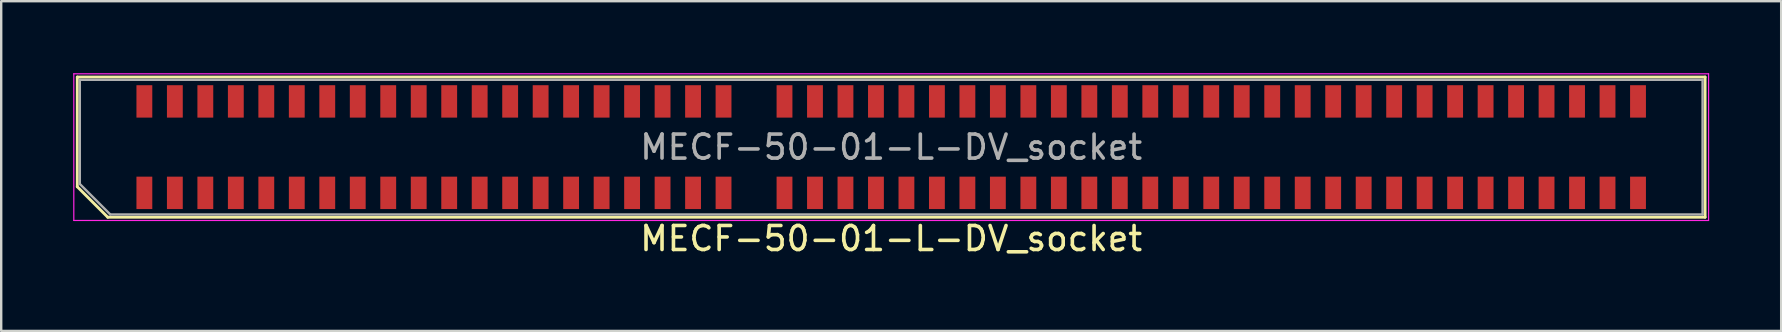
<source format=kicad_pcb>
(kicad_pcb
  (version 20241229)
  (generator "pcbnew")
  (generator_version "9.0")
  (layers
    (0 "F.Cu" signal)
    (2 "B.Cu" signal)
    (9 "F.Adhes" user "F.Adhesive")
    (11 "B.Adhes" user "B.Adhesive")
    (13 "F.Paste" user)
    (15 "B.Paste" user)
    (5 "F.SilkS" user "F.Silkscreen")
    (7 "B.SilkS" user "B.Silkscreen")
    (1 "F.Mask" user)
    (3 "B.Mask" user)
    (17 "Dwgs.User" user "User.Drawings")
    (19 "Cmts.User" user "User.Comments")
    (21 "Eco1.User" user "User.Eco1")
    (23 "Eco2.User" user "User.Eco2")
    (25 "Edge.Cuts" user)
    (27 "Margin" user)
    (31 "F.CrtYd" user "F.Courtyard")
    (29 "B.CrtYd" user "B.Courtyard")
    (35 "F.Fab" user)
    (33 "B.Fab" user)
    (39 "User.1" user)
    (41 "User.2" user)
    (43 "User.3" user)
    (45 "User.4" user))
  (footprint "MECF-50-01-L-DV_socket"
    (layer "F.Cu")
    (at 34.08 3.08)
    (property "Reference" "MECF-50-01-L-DV_socket" (at 0 3.81 0) (layer "F.SilkS") (effects (font (size 1 1) (thickness 0.15))))
    (attr smd)
    (fp_line (start -33.91 -2.92) (end 33.91 -2.92) (stroke (width 0.12) (type solid)) (layer "F.SilkS"))
    (fp_line (start -33.91 1.65) (end -33.91 -2.92) (stroke (width 0.12) (type solid)) (layer "F.SilkS"))
    (fp_line (start -32.64 2.92) (end -33.91 1.65) (stroke (width 0.12) (type solid)) (layer "F.SilkS"))
    (fp_line (start -32.64 2.92) (end 33.91 2.92) (stroke (width 0.12) (type solid)) (layer "F.SilkS"))
    (fp_line (start 33.91 2.92) (end 33.91 -2.92) (stroke (width 0.12) (type solid)) (layer "F.SilkS"))
    (fp_line (start -34.055 -3.055) (end -34.055 3.055) (stroke (width 0.05) (type solid)) (layer "F.CrtYd"))
    (fp_line (start -34.055 3.055) (end 34.055 3.055) (stroke (width 0.05) (type solid)) (layer "F.CrtYd"))
    (fp_line (start 34.055 -3.055) (end -34.055 -3.055) (stroke (width 0.05) (type solid)) (layer "F.CrtYd"))
    (fp_line (start 34.055 3.055) (end 34.055 -3.055) (stroke (width 0.05) (type solid)) (layer "F.CrtYd"))
    (fp_line (start -33.805 -2.805) (end 33.805 -2.805) (stroke (width 0.1) (type solid)) (layer "F.Fab"))
    (fp_line (start -33.805 1.535) (end -33.805 -2.805) (stroke (width 0.1) (type solid)) (layer "F.Fab"))
    (fp_line (start -33.805 1.535) (end -32.535 2.805) (stroke (width 0.1) (type solid)) (layer "F.Fab"))
    (fp_line (start -32.535 2.805) (end 33.805 2.805) (stroke (width 0.1) (type solid)) (layer "F.Fab"))
    (fp_line (start 33.805 2.805) (end 33.805 -2.805) (stroke (width 0.1) (type solid)) (layer "F.Fab"))
    (fp_text user "${REFERENCE}" (at 0 0 0) (layer "F.Fab") (effects (font (size 1 1) (thickness 0.15))))
    (pad "" np_thru_hole circle (at -32.895 0) (size 0.001 0.001) (drill 1.45) (layers "*.Cu" "*.Mask" "F.SilkS"))
    (pad "" np_thru_hole circle (at 32.895 1) (size 0.001 0.001) (drill 1.45) (layers "*.Cu" "*.Mask" "F.SilkS"))
    (pad "1" smd rect (at -31.115 1.905) (size 0.66 1.35) (layers "F.Cu" "F.Mask" "F.Paste"))
    (pad "2" smd rect (at -31.115 -1.905) (size 0.66 1.35) (layers "F.Cu" "F.Mask" "F.Paste"))
    (pad "3" smd rect (at -29.845 1.905) (size 0.66 1.35) (layers "F.Cu" "F.Mask" "F.Paste"))
    (pad "4" smd rect (at -29.845 -1.905) (size 0.66 1.35) (layers "F.Cu" "F.Mask" "F.Paste"))
    (pad "5" smd rect (at -28.575 1.905) (size 0.66 1.35) (layers "F.Cu" "F.Mask" "F.Paste"))
    (pad "6" smd rect (at -28.575 -1.905) (size 0.66 1.35) (layers "F.Cu" "F.Mask" "F.Paste"))
    (pad "7" smd rect (at -27.305 1.905) (size 0.66 1.35) (layers "F.Cu" "F.Mask" "F.Paste"))
    (pad "8" smd rect (at -27.305 -1.905) (size 0.66 1.35) (layers "F.Cu" "F.Mask" "F.Paste"))
    (pad "9" smd rect (at -26.035 1.905) (size 0.66 1.35) (layers "F.Cu" "F.Mask" "F.Paste"))
    (pad "10" smd rect (at -26.035 -1.905) (size 0.66 1.35) (layers "F.Cu" "F.Mask" "F.Paste"))
    (pad "11" smd rect (at -24.765 1.905) (size 0.66 1.35) (layers "F.Cu" "F.Mask" "F.Paste"))
    (pad "12" smd rect (at -24.765 -1.905) (size 0.66 1.35) (layers "F.Cu" "F.Mask" "F.Paste"))
    (pad "13" smd rect (at -23.495 1.905) (size 0.66 1.35) (layers "F.Cu" "F.Mask" "F.Paste"))
    (pad "14" smd rect (at -23.495 -1.905) (size 0.66 1.35) (layers "F.Cu" "F.Mask" "F.Paste"))
    (pad "15" smd rect (at -22.225 1.905) (size 0.66 1.35) (layers "F.Cu" "F.Mask" "F.Paste"))
    (pad "16" smd rect (at -22.225 -1.905) (size 0.66 1.35) (layers "F.Cu" "F.Mask" "F.Paste"))
    (pad "17" smd rect (at -20.955 1.905) (size 0.66 1.35) (layers "F.Cu" "F.Mask" "F.Paste"))
    (pad "18" smd rect (at -20.955 -1.905) (size 0.66 1.35) (layers "F.Cu" "F.Mask" "F.Paste"))
    (pad "19" smd rect (at -19.685 1.905) (size 0.66 1.35) (layers "F.Cu" "F.Mask" "F.Paste"))
    (pad "20" smd rect (at -19.685 -1.905) (size 0.66 1.35) (layers "F.Cu" "F.Mask" "F.Paste"))
    (pad "21" smd rect (at -18.415 1.905) (size 0.66 1.35) (layers "F.Cu" "F.Mask" "F.Paste"))
    (pad "22" smd rect (at -18.415 -1.905) (size 0.66 1.35) (layers "F.Cu" "F.Mask" "F.Paste"))
    (pad "23" smd rect (at -17.145 1.905) (size 0.66 1.35) (layers "F.Cu" "F.Mask" "F.Paste"))
    (pad "24" smd rect (at -17.145 -1.905) (size 0.66 1.35) (layers "F.Cu" "F.Mask" "F.Paste"))
    (pad "25" smd rect (at -15.875 1.905) (size 0.66 1.35) (layers "F.Cu" "F.Mask" "F.Paste"))
    (pad "26" smd rect (at -15.875 -1.905) (size 0.66 1.35) (layers "F.Cu" "F.Mask" "F.Paste"))
    (pad "27" smd rect (at -14.605 1.905) (size 0.66 1.35) (layers "F.Cu" "F.Mask" "F.Paste"))
    (pad "28" smd rect (at -14.605 -1.905) (size 0.66 1.35) (layers "F.Cu" "F.Mask" "F.Paste"))
    (pad "29" smd rect (at -13.335 1.905) (size 0.66 1.35) (layers "F.Cu" "F.Mask" "F.Paste"))
    (pad "30" smd rect (at -13.335 -1.905) (size 0.66 1.35) (layers "F.Cu" "F.Mask" "F.Paste"))
    (pad "31" smd rect (at -12.065 1.905) (size 0.66 1.35) (layers "F.Cu" "F.Mask" "F.Paste"))
    (pad "32" smd rect (at -12.065 -1.905) (size 0.66 1.35) (layers "F.Cu" "F.Mask" "F.Paste"))
    (pad "33" smd rect (at -10.795 1.905) (size 0.66 1.35) (layers "F.Cu" "F.Mask" "F.Paste"))
    (pad "34" smd rect (at -10.795 -1.905) (size 0.66 1.35) (layers "F.Cu" "F.Mask" "F.Paste"))
    (pad "35" smd rect (at -9.525 1.905) (size 0.66 1.35) (layers "F.Cu" "F.Mask" "F.Paste"))
    (pad "36" smd rect (at -9.525 -1.905) (size 0.66 1.35) (layers "F.Cu" "F.Mask" "F.Paste"))
    (pad "37" smd rect (at -8.255 1.905) (size 0.66 1.35) (layers "F.Cu" "F.Mask" "F.Paste"))
    (pad "38" smd rect (at -8.255 -1.905) (size 0.66 1.35) (layers "F.Cu" "F.Mask" "F.Paste"))
    (pad "39" smd rect (at -6.985 1.905) (size 0.66 1.35) (layers "F.Cu" "F.Mask" "F.Paste"))
    (pad "40" smd rect (at -6.985 -1.905) (size 0.66 1.35) (layers "F.Cu" "F.Mask" "F.Paste"))
    (pad "43" smd rect (at -4.445 1.905) (size 0.66 1.35) (layers "F.Cu" "F.Mask" "F.Paste"))
    (pad "44" smd rect (at -4.445 -1.905) (size 0.66 1.35) (layers "F.Cu" "F.Mask" "F.Paste"))
    (pad "45" smd rect (at -3.175 1.905) (size 0.66 1.35) (layers "F.Cu" "F.Mask" "F.Paste"))
    (pad "46" smd rect (at -3.175 -1.905) (size 0.66 1.35) (layers "F.Cu" "F.Mask" "F.Paste"))
    (pad "47" smd rect (at -1.905 1.905) (size 0.66 1.35) (layers "F.Cu" "F.Mask" "F.Paste"))
    (pad "48" smd rect (at -1.905 -1.905) (size 0.66 1.35) (layers "F.Cu" "F.Mask" "F.Paste"))
    (pad "49" smd rect (at -0.635 1.905) (size 0.66 1.35) (layers "F.Cu" "F.Mask" "F.Paste"))
    (pad "50" smd rect (at -0.635 -1.905) (size 0.66 1.35) (layers "F.Cu" "F.Mask" "F.Paste"))
    (pad "51" smd rect (at 0.635 1.905) (size 0.66 1.35) (layers "F.Cu" "F.Mask" "F.Paste"))
    (pad "52" smd rect (at 0.635 -1.905) (size 0.66 1.35) (layers "F.Cu" "F.Mask" "F.Paste"))
    (pad "53" smd rect (at 1.905 1.905) (size 0.66 1.35) (layers "F.Cu" "F.Mask" "F.Paste"))
    (pad "54" smd rect (at 1.905 -1.905) (size 0.66 1.35) (layers "F.Cu" "F.Mask" "F.Paste"))
    (pad "55" smd rect (at 3.175 1.905) (size 0.66 1.35) (layers "F.Cu" "F.Mask" "F.Paste"))
    (pad "56" smd rect (at 3.175 -1.905) (size 0.66 1.35) (layers "F.Cu" "F.Mask" "F.Paste"))
    (pad "57" smd rect (at 4.445 1.905) (size 0.66 1.35) (layers "F.Cu" "F.Mask" "F.Paste"))
    (pad "58" smd rect (at 4.445 -1.905) (size 0.66 1.35) (layers "F.Cu" "F.Mask" "F.Paste"))
    (pad "59" smd rect (at 5.715 1.905) (size 0.66 1.35) (layers "F.Cu" "F.Mask" "F.Paste"))
    (pad "60" smd rect (at 5.715 -1.905) (size 0.66 1.35) (layers "F.Cu" "F.Mask" "F.Paste"))
    (pad "61" smd rect (at 6.985 1.905) (size 0.66 1.35) (layers "F.Cu" "F.Mask" "F.Paste"))
    (pad "62" smd rect (at 6.985 -1.905) (size 0.66 1.35) (layers "F.Cu" "F.Mask" "F.Paste"))
    (pad "63" smd rect (at 8.255 1.905) (size 0.66 1.35) (layers "F.Cu" "F.Mask" "F.Paste"))
    (pad "64" smd rect (at 8.255 -1.905) (size 0.66 1.35) (layers "F.Cu" "F.Mask" "F.Paste"))
    (pad "65" smd rect (at 9.525 1.905) (size 0.66 1.35) (layers "F.Cu" "F.Mask" "F.Paste"))
    (pad "66" smd rect (at 9.525 -1.905) (size 0.66 1.35) (layers "F.Cu" "F.Mask" "F.Paste"))
    (pad "67" smd rect (at 10.795 1.905) (size 0.66 1.35) (layers "F.Cu" "F.Mask" "F.Paste"))
    (pad "68" smd rect (at 10.795 -1.905) (size 0.66 1.35) (layers "F.Cu" "F.Mask" "F.Paste"))
    (pad "69" smd rect (at 12.065 1.905) (size 0.66 1.35) (layers "F.Cu" "F.Mask" "F.Paste"))
    (pad "70" smd rect (at 12.065 -1.905) (size 0.66 1.35) (layers "F.Cu" "F.Mask" "F.Paste"))
    (pad "71" smd rect (at 13.335 1.905) (size 0.66 1.35) (layers "F.Cu" "F.Mask" "F.Paste"))
    (pad "72" smd rect (at 13.335 -1.905) (size 0.66 1.35) (layers "F.Cu" "F.Mask" "F.Paste"))
    (pad "73" smd rect (at 14.605 1.905) (size 0.66 1.35) (layers "F.Cu" "F.Mask" "F.Paste"))
    (pad "74" smd rect (at 14.605 -1.905) (size 0.66 1.35) (layers "F.Cu" "F.Mask" "F.Paste"))
    (pad "75" smd rect (at 15.875 1.905) (size 0.66 1.35) (layers "F.Cu" "F.Mask" "F.Paste"))
    (pad "76" smd rect (at 15.875 -1.905) (size 0.66 1.35) (layers "F.Cu" "F.Mask" "F.Paste"))
    (pad "77" smd rect (at 17.145 1.905) (size 0.66 1.35) (layers "F.Cu" "F.Mask" "F.Paste"))
    (pad "78" smd rect (at 17.145 -1.905) (size 0.66 1.35) (layers "F.Cu" "F.Mask" "F.Paste"))
    (pad "79" smd rect (at 18.415 1.905) (size 0.66 1.35) (layers "F.Cu" "F.Mask" "F.Paste"))
    (pad "80" smd rect (at 18.415 -1.905) (size 0.66 1.35) (layers "F.Cu" "F.Mask" "F.Paste"))
    (pad "81" smd rect (at 19.685 1.905) (size 0.66 1.35) (layers "F.Cu" "F.Mask" "F.Paste"))
    (pad "82" smd rect (at 19.685 -1.905) (size 0.66 1.35) (layers "F.Cu" "F.Mask" "F.Paste"))
    (pad "83" smd rect (at 20.955 1.905) (size 0.66 1.35) (layers "F.Cu" "F.Mask" "F.Paste"))
    (pad "84" smd rect (at 20.955 -1.905) (size 0.66 1.35) (layers "F.Cu" "F.Mask" "F.Paste"))
    (pad "85" smd rect (at 22.225 1.905) (size 0.66 1.35) (layers "F.Cu" "F.Mask" "F.Paste"))
    (pad "86" smd rect (at 22.225 -1.905) (size 0.66 1.35) (layers "F.Cu" "F.Mask" "F.Paste"))
    (pad "87" smd rect (at 23.495 1.905) (size 0.66 1.35) (layers "F.Cu" "F.Mask" "F.Paste"))
    (pad "88" smd rect (at 23.495 -1.905) (size 0.66 1.35) (layers "F.Cu" "F.Mask" "F.Paste"))
    (pad "89" smd rect (at 24.765 1.905) (size 0.66 1.35) (layers "F.Cu" "F.Mask" "F.Paste"))
    (pad "90" smd rect (at 24.765 -1.905) (size 0.66 1.35) (layers "F.Cu" "F.Mask" "F.Paste"))
    (pad "91" smd rect (at 26.035 1.905) (size 0.66 1.35) (layers "F.Cu" "F.Mask" "F.Paste"))
    (pad "92" smd rect (at 26.035 -1.905) (size 0.66 1.35) (layers "F.Cu" "F.Mask" "F.Paste"))
    (pad "93" smd rect (at 27.305 1.905) (size 0.66 1.35) (layers "F.Cu" "F.Mask" "F.Paste"))
    (pad "94" smd rect (at 27.305 -1.905) (size 0.66 1.35) (layers "F.Cu" "F.Mask" "F.Paste"))
    (pad "95" smd rect (at 28.575 1.905) (size 0.66 1.35) (layers "F.Cu" "F.Mask" "F.Paste"))
    (pad "96" smd rect (at 28.575 -1.905) (size 0.66 1.35) (layers "F.Cu" "F.Mask" "F.Paste"))
    (pad "97" smd rect (at 29.845 1.905) (size 0.66 1.35) (layers "F.Cu" "F.Mask" "F.Paste"))
    (pad "98" smd rect (at 29.845 -1.905) (size 0.66 1.35) (layers "F.Cu" "F.Mask" "F.Paste"))
    (pad "99" smd rect (at 31.115 1.905) (size 0.66 1.35) (layers "F.Cu" "F.Mask" "F.Paste"))
    (pad "100" smd rect (at 31.115 -1.905) (size 0.66 1.35) (layers "F.Cu" "F.Mask" "F.Paste")))
  (gr_rect
    (start -3 -3)
    (end 71.16 10.738)
    (stroke (width 0.1) (type default))
    (fill no)
    (layer "Edge.Cuts")))
</source>
